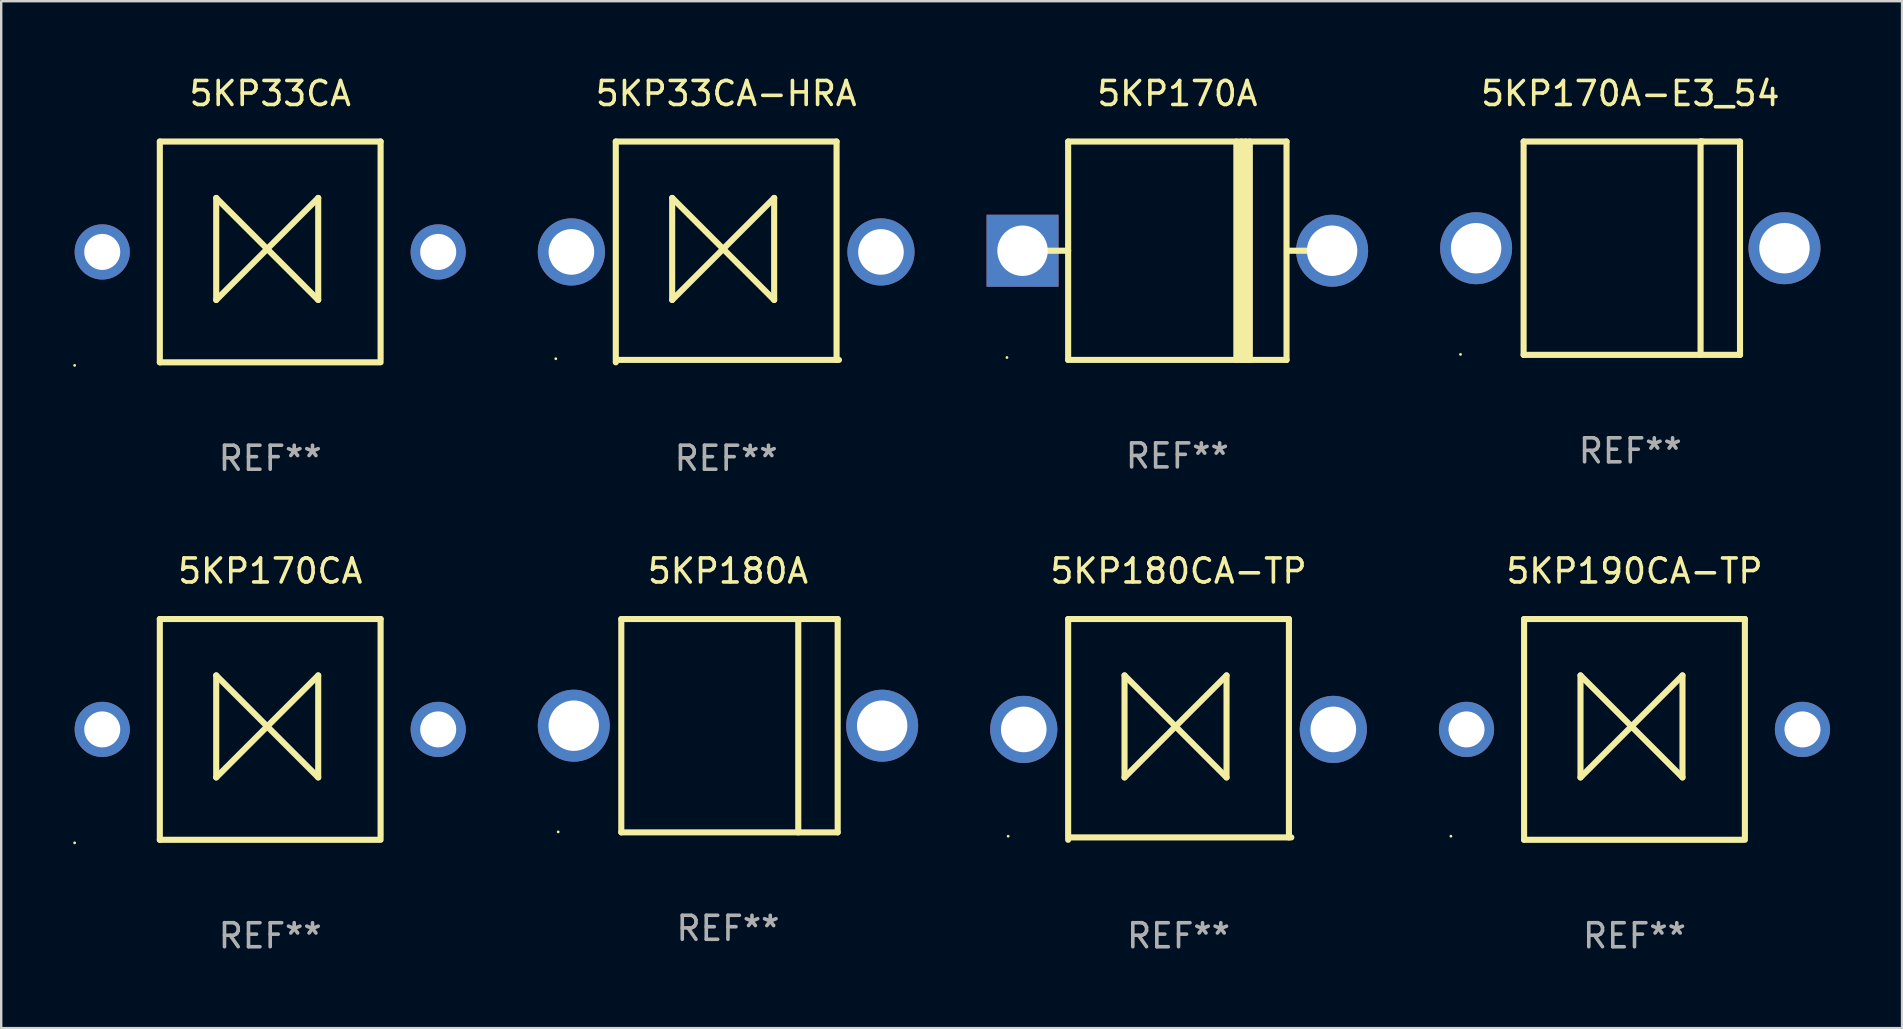
<source format=kicad_pcb>
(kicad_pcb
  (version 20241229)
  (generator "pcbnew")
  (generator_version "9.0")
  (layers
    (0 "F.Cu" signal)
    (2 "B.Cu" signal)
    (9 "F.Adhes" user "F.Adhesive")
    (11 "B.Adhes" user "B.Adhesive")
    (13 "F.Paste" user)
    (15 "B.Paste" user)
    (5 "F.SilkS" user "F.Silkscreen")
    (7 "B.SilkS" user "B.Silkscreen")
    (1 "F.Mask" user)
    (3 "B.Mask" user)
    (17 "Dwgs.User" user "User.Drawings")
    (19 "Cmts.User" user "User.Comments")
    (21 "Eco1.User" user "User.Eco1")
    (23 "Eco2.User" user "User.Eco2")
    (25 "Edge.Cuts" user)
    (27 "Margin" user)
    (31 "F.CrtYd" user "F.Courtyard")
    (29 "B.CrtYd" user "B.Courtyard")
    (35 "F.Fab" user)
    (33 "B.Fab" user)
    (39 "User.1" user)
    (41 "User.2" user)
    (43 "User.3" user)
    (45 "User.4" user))
  (footprint "5KP170A-E3_54"
    (layer "F.Cu")
    (at 64.885 7.293)
    (property "Reference" "5KP170A-E3_54" (at 0 -6.445 0) (layer "F.SilkS") (effects (font (size 1 1) (thickness 0.15))))
    (attr through_hole)
    (fp_line (start -4.445 -4.445) (end -4.445 4.445) (stroke (width 0.254) (type solid)) (layer "F.SilkS"))
    (fp_line (start -4.445 4.445) (end 4.572 4.445) (stroke (width 0.254) (type solid)) (layer "F.SilkS"))
    (fp_line (start 2.929 -4.445) (end 2.929 4.445) (stroke (width 0.254) (type solid)) (layer "F.SilkS"))
    (fp_line (start 3.029 -4.445) (end 2.929 -4.445) (stroke (width 0.254) (type solid)) (layer "F.SilkS"))
    (fp_line (start 4.572 -4.445) (end -4.445 -4.445) (stroke (width 0.254) (type solid)) (layer "F.SilkS"))
    (fp_line (start 4.572 4.445) (end 4.572 -4.445) (stroke (width 0.254) (type solid)) (layer "F.SilkS"))
    (fp_circle (center -7.075 4.425) (end -7.045 4.425) (stroke (width 0.06) (type solid)) (fill no) (layer "F.SilkS"))
    (fp_text user "REF**" (at 0 8.445 0) (layer "F.Fab") (effects (font (size 1 1) (thickness 0.15))))
    (pad "1" thru_hole circle (at -6.425 0) (size 3 3) (drill 2.1) (layers "*.Cu" "*.Mask"))
    (pad "2" thru_hole circle (at 6.425 0) (size 3 3) (drill 2.1) (layers "*.Cu" "*.Mask")))
  (footprint "5KP170CA"
    (layer "F.Cu")
    (at 8.21 27.345)
    (property "Reference" "5KP170CA" (at 0 -6.6 0) (layer "F.SilkS") (effects (font (size 1 1) (thickness 0.15))))
    (attr through_hole)
    (fp_line (start -4.6 -4.6) (end -4.6 4.6) (stroke (width 0.254) (type solid)) (layer "F.SilkS"))
    (fp_line (start -4.6 -4.6) (end 4.6 -4.6) (stroke (width 0.254) (type solid)) (layer "F.SilkS"))
    (fp_line (start -4.6 4.6) (end 4.6 4.6) (stroke (width 0.254) (type solid)) (layer "F.SilkS"))
    (fp_line (start -2.25 -2.25) (end -2.25 2) (stroke (width 0.254) (type solid)) (layer "F.SilkS"))
    (fp_line (start -2.25 2) (end 2 -2.25) (stroke (width 0.254) (type solid)) (layer "F.SilkS"))
    (fp_line (start 2 -2.25) (end 2 2) (stroke (width 0.254) (type solid)) (layer "F.SilkS"))
    (fp_line (start 2 2) (end -2.25 -2.25) (stroke (width 0.254) (type solid)) (layer "F.SilkS"))
    (fp_line (start 4.6 -4.6) (end 4.6 4.5) (stroke (width 0.254) (type solid)) (layer "F.SilkS"))
    (fp_circle (center -8.15 4.727) (end -8.12 4.727) (stroke (width 0.06) (type solid)) (fill no) (layer "F.SilkS"))
    (fp_text user "REF**" (at 0 8.6 0) (layer "F.Fab") (effects (font (size 1 1) (thickness 0.15))))
    (pad "1" thru_hole circle (at -7 0) (size 2.3 2.3) (drill 1.5) (layers "*.Cu" "*.Mask"))
    (pad "2" thru_hole circle (at 7 0) (size 2.3 2.3) (drill 1.5) (layers "*.Cu" "*.Mask")))
  (footprint "5KP180CA-TP"
    (layer "F.Cu")
    (at 46.06 27.345)
    (property "Reference" "5KP180CA-TP" (at 0 -6.6 0) (layer "F.SilkS") (effects (font (size 1 1) (thickness 0.15))))
    (attr through_hole)
    (fp_line (start -4.6 -4.6) (end -4.6 4.6) (stroke (width 0.254) (type solid)) (layer "F.SilkS"))
    (fp_line (start -4.6 -4.6) (end 4.6 -4.6) (stroke (width 0.254) (type solid)) (layer "F.SilkS"))
    (fp_line (start -4.5 4.5) (end 4.7 4.5) (stroke (width 0.254) (type solid)) (layer "F.SilkS"))
    (fp_line (start -2.25 -2.25) (end -2.25 2) (stroke (width 0.254) (type solid)) (layer "F.SilkS"))
    (fp_line (start -2.25 2) (end 2 -2.25) (stroke (width 0.254) (type solid)) (layer "F.SilkS"))
    (fp_line (start 2 -2.25) (end 2 2) (stroke (width 0.254) (type solid)) (layer "F.SilkS"))
    (fp_line (start 2 2) (end -2.25 -2.25) (stroke (width 0.254) (type solid)) (layer "F.SilkS"))
    (fp_line (start 4.6 -4.6) (end 4.6 4.5) (stroke (width 0.254) (type solid)) (layer "F.SilkS"))
    (fp_circle (center -7.1 4.45) (end -7.07 4.45) (stroke (width 0.06) (type solid)) (fill no) (layer "F.SilkS"))
    (fp_text user "REF**" (at 0 8.6 0) (layer "F.Fab") (effects (font (size 1 1) (thickness 0.15))))
    (pad "1" thru_hole circle (at -6.45 0) (size 2.8 2.8) (drill 1.9) (layers "*.Cu" "*.Mask"))
    (pad "2" thru_hole circle (at 6.45 0) (size 2.8 2.8) (drill 1.9) (layers "*.Cu" "*.Mask")))
  (footprint "5KP190CA-TP"
    (layer "F.Cu")
    (at 65.06 27.345)
    (property "Reference" "5KP190CA-TP" (at 0 -6.6 0) (layer "F.SilkS") (effects (font (size 1 1) (thickness 0.15))))
    (attr through_hole)
    (fp_line (start -4.6 -4.6) (end -4.6 4.6) (stroke (width 0.254) (type solid)) (layer "F.SilkS"))
    (fp_line (start -4.6 -4.6) (end 4.6 -4.6) (stroke (width 0.254) (type solid)) (layer "F.SilkS"))
    (fp_line (start -4.6 4.6) (end 4.6 4.6) (stroke (width 0.254) (type solid)) (layer "F.SilkS"))
    (fp_line (start -2.25 -2.25) (end -2.25 2) (stroke (width 0.254) (type solid)) (layer "F.SilkS"))
    (fp_line (start -2.25 2) (end 2 -2.25) (stroke (width 0.254) (type solid)) (layer "F.SilkS"))
    (fp_line (start 2 -2.25) (end 2 2) (stroke (width 0.254) (type solid)) (layer "F.SilkS"))
    (fp_line (start 2 2) (end -2.25 -2.25) (stroke (width 0.254) (type solid)) (layer "F.SilkS"))
    (fp_line (start 4.6 -4.6) (end 4.6 4.5) (stroke (width 0.254) (type solid)) (layer "F.SilkS"))
    (fp_circle (center -7.65 4.45) (end -7.62 4.45) (stroke (width 0.06) (type solid)) (fill no) (layer "F.SilkS"))
    (fp_text user "REF**" (at 0 8.6 0) (layer "F.Fab") (effects (font (size 1 1) (thickness 0.15))))
    (pad "1" thru_hole circle (at -7 0) (size 2.3 2.3) (drill 1.5) (layers "*.Cu" "*.Mask"))
    (pad "2" thru_hole circle (at 7 0) (size 2.3 2.3) (drill 1.5) (layers "*.Cu" "*.Mask")))
  (footprint "5KP33CA"
    (layer "F.Cu")
    (at 8.21 7.448)
    (property "Reference" "5KP33CA" (at 0 -6.6 0) (layer "F.SilkS") (effects (font (size 1 1) (thickness 0.15))))
    (attr through_hole)
    (fp_line (start -4.6 -4.6) (end -4.6 4.6) (stroke (width 0.254) (type solid)) (layer "F.SilkS"))
    (fp_line (start -4.6 -4.6) (end 4.6 -4.6) (stroke (width 0.254) (type solid)) (layer "F.SilkS"))
    (fp_line (start -4.6 4.6) (end 4.6 4.6) (stroke (width 0.254) (type solid)) (layer "F.SilkS"))
    (fp_line (start -2.25 -2.25) (end -2.25 2) (stroke (width 0.254) (type solid)) (layer "F.SilkS"))
    (fp_line (start -2.25 2) (end 2 -2.25) (stroke (width 0.254) (type solid)) (layer "F.SilkS"))
    (fp_line (start 2 -2.25) (end 2 2) (stroke (width 0.254) (type solid)) (layer "F.SilkS"))
    (fp_line (start 2 2) (end -2.25 -2.25) (stroke (width 0.254) (type solid)) (layer "F.SilkS"))
    (fp_line (start 4.6 -4.6) (end 4.6 4.5) (stroke (width 0.254) (type solid)) (layer "F.SilkS"))
    (fp_circle (center -8.15 4.727) (end -8.12 4.727) (stroke (width 0.06) (type solid)) (fill no) (layer "F.SilkS"))
    (fp_text user "REF**" (at 0 8.6 0) (layer "F.Fab") (effects (font (size 1 1) (thickness 0.15))))
    (pad "1" thru_hole circle (at -7 0) (size 2.3 2.3) (drill 1.5) (layers "*.Cu" "*.Mask"))
    (pad "2" thru_hole circle (at 7 0) (size 2.3 2.3) (drill 1.5) (layers "*.Cu" "*.Mask")))
  (footprint "5KP170A"
    (layer "F.Cu")
    (at 46.01 7.399)
    (property "Reference" "5KP170A" (at 0 -6.551 0) (layer "F.SilkS") (effects (font (size 1 1) (thickness 0.15))))
    (attr through_hole)
    (fp_line (start -5.6 -0.001) (end -4.55 -0.001) (stroke (width 0.254) (type solid)) (layer "F.SilkS"))
    (fp_line (start -4.55 -4.551) (end -4.55 4.55) (stroke (width 0.254) (type solid)) (layer "F.SilkS"))
    (fp_line (start -4.55 -4.551) (end 4.55 -4.551) (stroke (width 0.254) (type solid)) (layer "F.SilkS"))
    (fp_line (start 2.46 4.55) (end 2.46 -4.551) (stroke (width 0.254) (type solid)) (layer "F.SilkS"))
    (fp_line (start 2.67 4.55) (end 2.67 -4.551) (stroke (width 0.254) (type solid)) (layer "F.SilkS"))
    (fp_line (start 2.841 4.551) (end 2.841 -4.55) (stroke (width 0.254) (type solid)) (layer "F.SilkS"))
    (fp_line (start 3.02 4.55) (end 3.02 -4.551) (stroke (width 0.254) (type solid)) (layer "F.SilkS"))
    (fp_line (start 4.55 4.55) (end 4.55 -4.551) (stroke (width 0.254) (type solid)) (layer "F.SilkS"))
    (fp_line (start 4.55 4.549) (end -4.55 4.549) (stroke (width 0.254) (type solid)) (layer "F.SilkS"))
    (fp_line (start 4.58 -0.001) (end 5.6 -0.001) (stroke (width 0.254) (type solid)) (layer "F.SilkS"))
    (fp_circle (center -7.1 4.449) (end -7.07 4.449) (stroke (width 0.06) (type solid)) (fill no) (layer "F.SilkS"))
    (fp_text user "REF**" (at 0 8.551 0) (layer "F.Fab") (effects (font (size 1 1) (thickness 0.15))))
    (pad "1" thru_hole rect (at -6.45 -0.001 180) (size 3 3) (drill 2.1) (layers "*.Cu" "*.Mask"))
    (pad "2" thru_hole circle (at 6.45 -0.001) (size 3 3) (drill 2.1) (layers "*.Cu" "*.Mask")))
  (footprint "5KP33CA-HRA"
    (layer "F.Cu")
    (at 27.21 7.448)
    (property "Reference" "5KP33CA-HRA" (at 0 -6.6 0) (layer "F.SilkS") (effects (font (size 1 1) (thickness 0.15))))
    (attr through_hole)
    (fp_line (start -4.6 -4.6) (end -4.6 4.6) (stroke (width 0.254) (type solid)) (layer "F.SilkS"))
    (fp_line (start -4.6 -4.6) (end 4.6 -4.6) (stroke (width 0.254) (type solid)) (layer "F.SilkS"))
    (fp_line (start -4.5 4.5) (end 4.7 4.5) (stroke (width 0.254) (type solid)) (layer "F.SilkS"))
    (fp_line (start -2.25 -2.25) (end -2.25 2) (stroke (width 0.254) (type solid)) (layer "F.SilkS"))
    (fp_line (start -2.25 2) (end 2 -2.25) (stroke (width 0.254) (type solid)) (layer "F.SilkS"))
    (fp_line (start 2 -2.25) (end 2 2) (stroke (width 0.254) (type solid)) (layer "F.SilkS"))
    (fp_line (start 2 2) (end -2.25 -2.25) (stroke (width 0.254) (type solid)) (layer "F.SilkS"))
    (fp_line (start 4.6 -4.6) (end 4.6 4.5) (stroke (width 0.254) (type solid)) (layer "F.SilkS"))
    (fp_circle (center -7.1 4.45) (end -7.07 4.45) (stroke (width 0.06) (type solid)) (fill no) (layer "F.SilkS"))
    (fp_text user "REF**" (at 0 8.6 0) (layer "F.Fab") (effects (font (size 1 1) (thickness 0.15))))
    (pad "1" thru_hole circle (at -6.45 0) (size 2.8 2.8) (drill 1.9) (layers "*.Cu" "*.Mask"))
    (pad "2" thru_hole circle (at 6.45 0) (size 2.8 2.8) (drill 1.9) (layers "*.Cu" "*.Mask")))
  (footprint "5KP180A"
    (layer "F.Cu")
    (at 27.285 27.19)
    (property "Reference" "5KP180A" (at 0 -6.445 0) (layer "F.SilkS") (effects (font (size 1 1) (thickness 0.15))))
    (attr through_hole)
    (fp_line (start -4.445 -4.445) (end -4.445 4.445) (stroke (width 0.254) (type solid)) (layer "F.SilkS"))
    (fp_line (start -4.445 4.445) (end 4.572 4.445) (stroke (width 0.254) (type solid)) (layer "F.SilkS"))
    (fp_line (start 2.929 -4.445) (end 2.929 4.445) (stroke (width 0.254) (type solid)) (layer "F.SilkS"))
    (fp_line (start 3.029 -4.445) (end 2.929 -4.445) (stroke (width 0.254) (type solid)) (layer "F.SilkS"))
    (fp_line (start 4.572 -4.445) (end -4.445 -4.445) (stroke (width 0.254) (type solid)) (layer "F.SilkS"))
    (fp_line (start 4.572 4.445) (end 4.572 -4.445) (stroke (width 0.254) (type solid)) (layer "F.SilkS"))
    (fp_circle (center -7.075 4.425) (end -7.045 4.425) (stroke (width 0.06) (type solid)) (fill no) (layer "F.SilkS"))
    (fp_text user "REF**" (at 0 8.445 0) (layer "F.Fab") (effects (font (size 1 1) (thickness 0.15))))
    (pad "1" thru_hole circle (at -6.425 0) (size 3 3) (drill 2.1) (layers "*.Cu" "*.Mask"))
    (pad "2" thru_hole circle (at 6.425 0) (size 3 3) (drill 2.1) (layers "*.Cu" "*.Mask")))
  (gr_rect
    (start -3 -3)
    (end 76.21 39.793)
    (stroke (width 0.1) (type default))
    (fill no)
    (layer "Edge.Cuts")))
</source>
